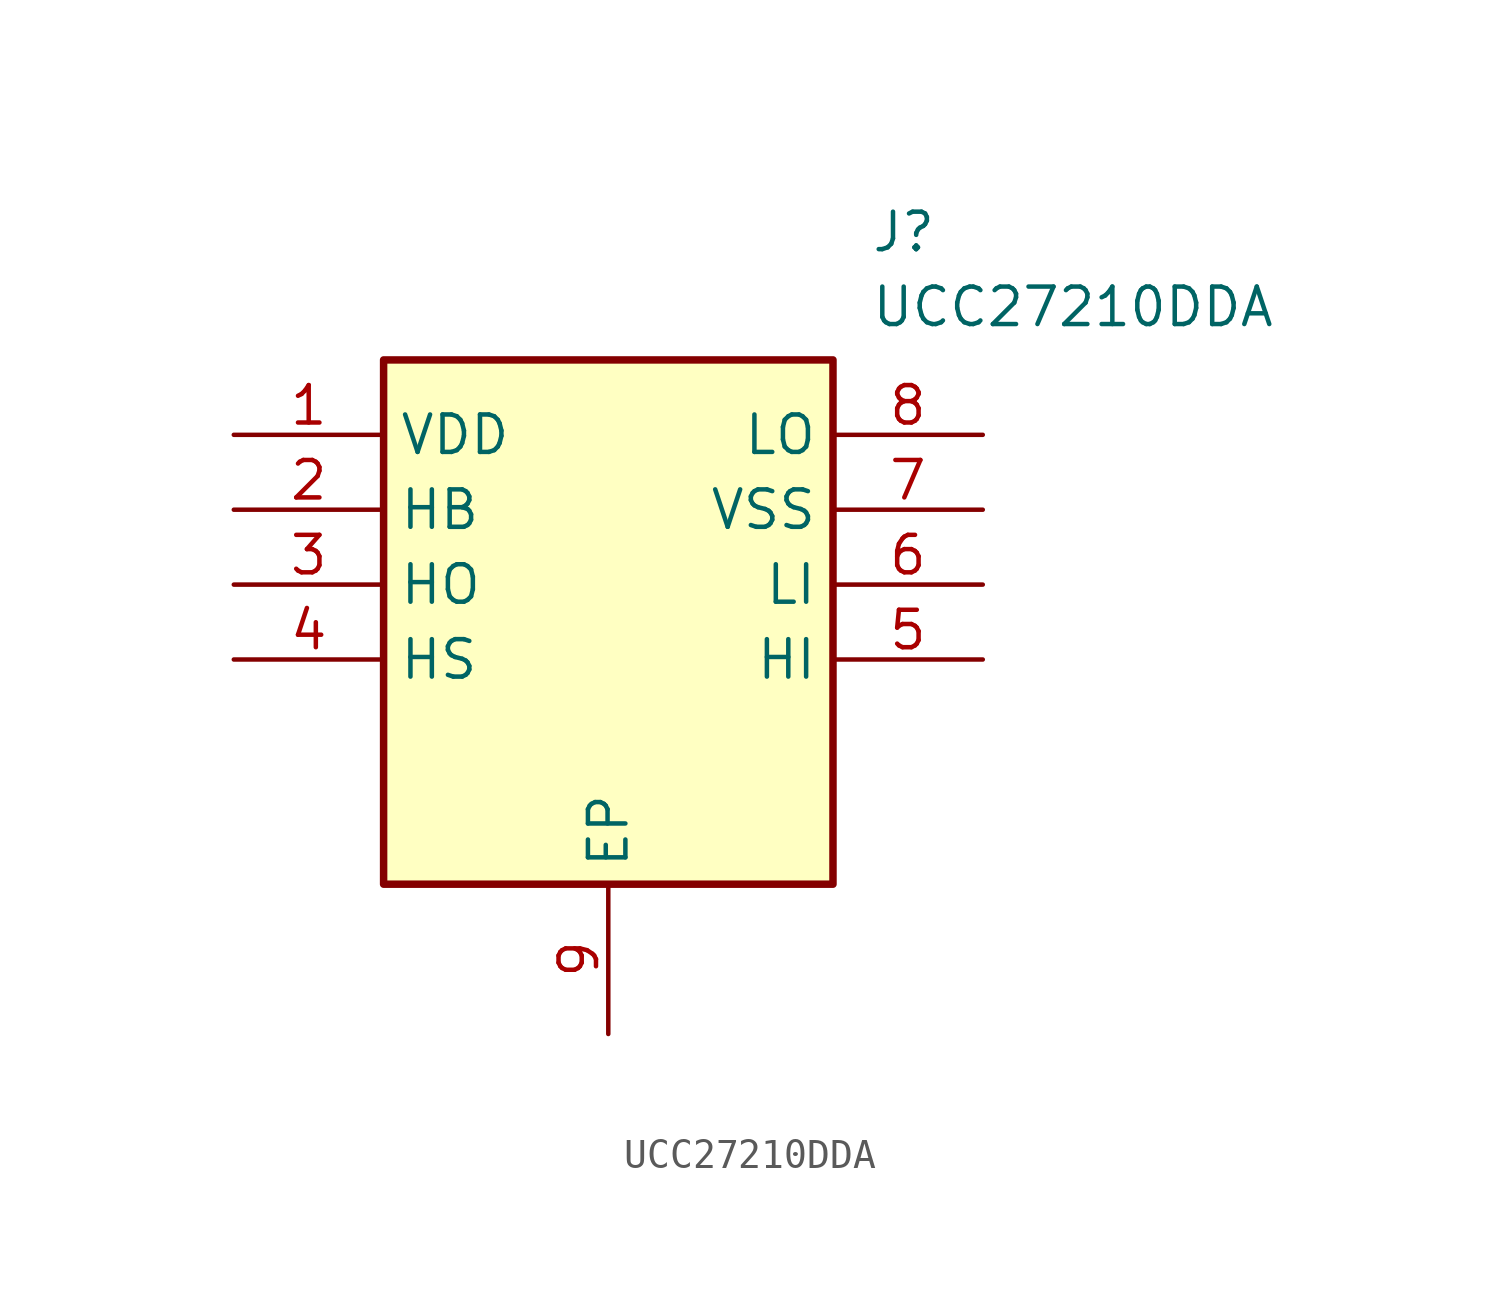
<source format=kicad_sym>
(kicad_symbol_lib
  (version 20220914)
  (generator kicad_symbol_editor)
  (symbol "UCC27210DDA"
    (property "Reference" "J"
      (at 21.59 7.62 0)
      (effects (font (size 1.27 1.27)) (justify left top)))
    (property "Value" "UCC27210DDA"
      (at 21.59 5.08 0)
      (effects (font (size 1.27 1.27)) (justify left top)))
    (symbol "UCC27210DDA_1_1"
      (rectangle (start 5.08 2.54) (end 20.32 -15.24) (stroke (width 0.254) (type default)) (fill (type background)))
      (pin passive line (at 0 0 0) (length 5.08) (name "VDD" (effects (font (size 1.27 1.27)))) (number "1" (effects (font (size 1.27 1.27)))))
      (pin passive line (at 0 -2.54 0) (length 5.08) (name "HB" (effects (font (size 1.27 1.27)))) (number "2" (effects (font (size 1.27 1.27)))))
      (pin passive line (at 0 -5.08 0) (length 5.08) (name "HO" (effects (font (size 1.27 1.27)))) (number "3" (effects (font (size 1.27 1.27)))))
      (pin passive line (at 0 -7.62 0) (length 5.08) (name "HS" (effects (font (size 1.27 1.27)))) (number "4" (effects (font (size 1.27 1.27)))))
      (pin passive line (at 25.4 -7.62 180) (length 5.08) (name "HI" (effects (font (size 1.27 1.27)))) (number "5" (effects (font (size 1.27 1.27)))))
      (pin passive line (at 25.4 -5.08 180) (length 5.08) (name "LI" (effects (font (size 1.27 1.27)))) (number "6" (effects (font (size 1.27 1.27)))))
      (pin passive line (at 25.4 -2.54 180) (length 5.08) (name "VSS" (effects (font (size 1.27 1.27)))) (number "7" (effects (font (size 1.27 1.27)))))
      (pin passive line (at 25.4 0 180) (length 5.08) (name "LO" (effects (font (size 1.27 1.27)))) (number "8" (effects (font (size 1.27 1.27)))))
      (pin passive line (at 12.7 -20.32 90) (length 5.08) (name "EP" (effects (font (size 1.27 1.27)))) (number "9" (effects (font (size 1.27 1.27))))))))
</source>
